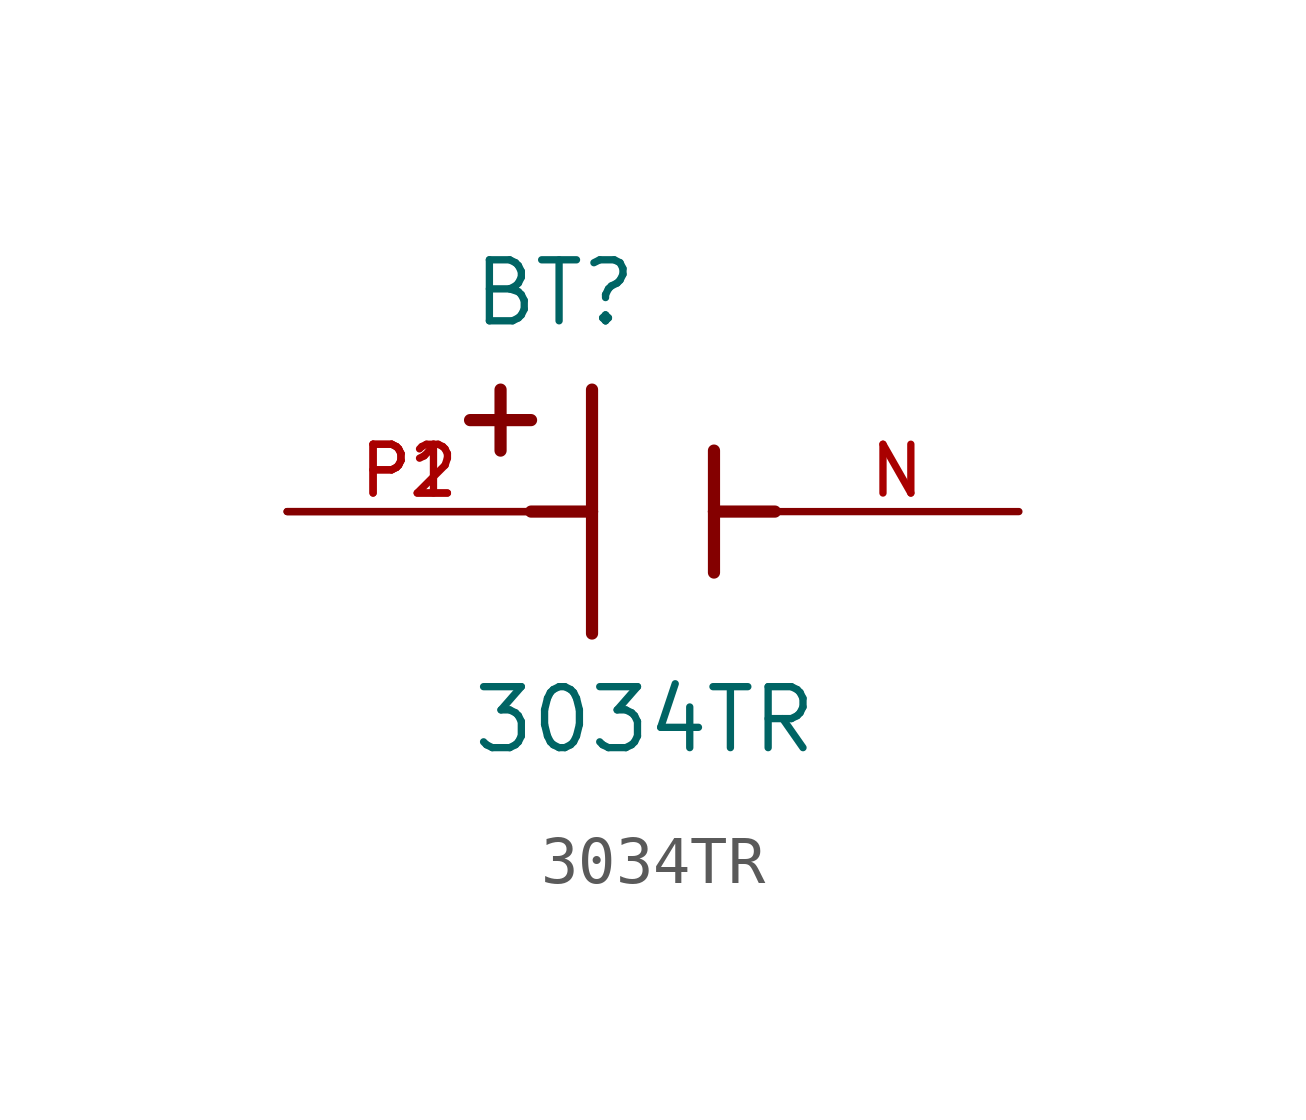
<source format=kicad_sym>
(kicad_symbol_lib
  (version 20211014)
  (generator kicad_symbol_editor)
  (symbol "3034TR"
    (pin_names
      (offset 1.016))
    (property "Reference" "BT"
      (at -3.81 3.81 0)
      (effects (font (size 1.27 1.27)) (justify bottom left)))
    (property "Value" "3034TR"
      (at -3.81 -5.08 0)
      (effects (font (size 1.27 1.27)) (justify bottom left)))
    (symbol "3034TR_0_0"
      (polyline (pts (xy -1.27 2.54) (xy -1.27 0.0)) (stroke (width 0.254)))
      (polyline (pts (xy -1.27 0.0) (xy -1.27 -2.54)) (stroke (width 0.254)))
      (polyline (pts (xy 1.27 1.27) (xy 1.27 0.0)) (stroke (width 0.254)))
      (polyline (pts (xy 1.27 0.0) (xy 1.27 -1.27)) (stroke (width 0.254)))
      (polyline (pts (xy -1.27 0.0) (xy -2.54 0.0)) (stroke (width 0.254)))
      (polyline (pts (xy 1.27 0.0) (xy 2.54 0.0)) (stroke (width 0.254)))
      (polyline (pts (xy -3.175 2.54) (xy -3.175 1.27)) (stroke (width 0.254)))
      (polyline (pts (xy -3.81 1.905) (xy -2.54 1.905)) (stroke (width 0.254)))
      (pin passive line (at -7.62 0.0 0) (length 5.08) (name "~" (effects (font (size 1.016 1.016)))) (number "P1" (effects (font (size 1.016 1.016)))))
      (pin passive line (at -7.62 0.0 0) (length 5.08) (name "~" (effects (font (size 1.016 1.016)))) (number "P2" (effects (font (size 1.016 1.016)))))
      (pin passive line (at 7.62 0.0 180.0) (length 5.08) (name "~" (effects (font (size 1.016 1.016)))) (number "N" (effects (font (size 1.016 1.016))))))))
</source>
